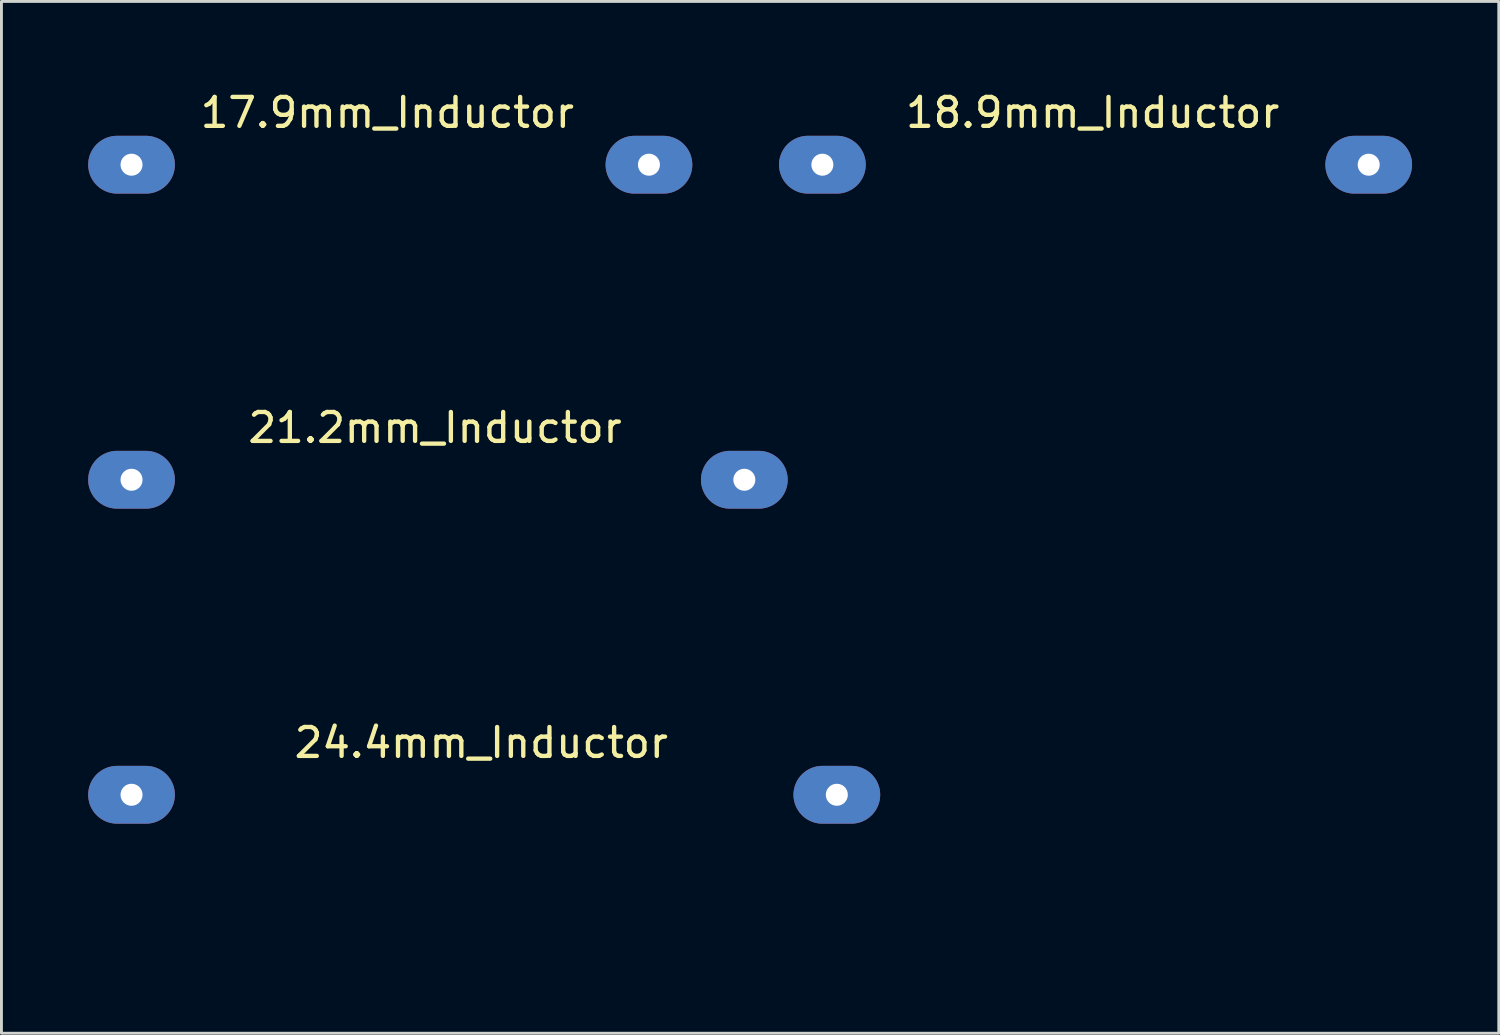
<source format=kicad_pcb>
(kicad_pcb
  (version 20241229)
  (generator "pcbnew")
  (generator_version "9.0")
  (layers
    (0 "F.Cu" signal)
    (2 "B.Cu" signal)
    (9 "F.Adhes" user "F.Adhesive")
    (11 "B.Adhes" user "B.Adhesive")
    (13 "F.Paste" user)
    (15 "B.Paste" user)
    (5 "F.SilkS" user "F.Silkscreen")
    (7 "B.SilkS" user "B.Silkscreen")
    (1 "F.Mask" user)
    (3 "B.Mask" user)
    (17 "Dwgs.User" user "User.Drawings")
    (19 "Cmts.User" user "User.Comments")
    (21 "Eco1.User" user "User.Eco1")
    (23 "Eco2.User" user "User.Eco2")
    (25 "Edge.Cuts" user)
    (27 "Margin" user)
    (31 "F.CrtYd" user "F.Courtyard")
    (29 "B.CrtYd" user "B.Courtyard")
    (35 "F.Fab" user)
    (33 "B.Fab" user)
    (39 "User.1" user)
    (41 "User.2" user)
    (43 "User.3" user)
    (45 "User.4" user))
  (footprint "17.9mm_Inductor"
    (layer "F.Cu")
    (at 10.45 7.648)
    (property "Reference" "17.9mm_Inductor" (at -0.1 -6.8 0) (layer "F.SilkS") (effects (font (size 1 1) (thickness 0.15))))
    (attr through_hole)
    (pad "1" thru_hole oval (at -8.95 -5) (size 3 2) (drill 0.762) (layers "*.Cu" "*.Mask"))
    (pad "2" thru_hole oval (at 8.95 -5) (size 3 2) (drill 0.762) (layers "*.Cu" "*.Mask")))
  (footprint "18.9mm_Inductor"
    (layer "F.Cu")
    (at 34.85 7.648)
    (property "Reference" "18.9mm_Inductor" (at -0.1 -6.8 0) (layer "F.SilkS") (effects (font (size 1 1) (thickness 0.15))))
    (attr through_hole)
    (pad "1" thru_hole oval (at -9.45 -5) (size 3 2) (drill 0.762) (layers "*.Cu" "*.Mask"))
    (pad "2" thru_hole oval (at 9.45 -5) (size 3 2) (drill 0.762) (layers "*.Cu" "*.Mask")))
  (footprint "21.2mm_Inductor"
    (layer "F.Cu")
    (at 12.1 18.547)
    (property "Reference" "21.2mm_Inductor" (at -0.1 -6.8 0) (layer "F.SilkS") (effects (font (size 1 1) (thickness 0.15))))
    (attr through_hole)
    (pad "1" thru_hole oval (at -10.6 -5) (size 3 2) (drill 0.762) (layers "*.Cu" "*.Mask"))
    (pad "2" thru_hole oval (at 10.6 -5) (size 3 2) (drill 0.762) (layers "*.Cu" "*.Mask")))
  (footprint "24.4mm_Inductor"
    (layer "F.Cu")
    (at 13.7 29.445)
    (property "Reference" "24.4mm_Inductor" (at -0.1 -6.8 0) (layer "F.SilkS") (effects (font (size 1 1) (thickness 0.15))))
    (attr through_hole)
    (pad "1" thru_hole oval (at -12.2 -5) (size 3 2) (drill 0.762) (layers "*.Cu" "*.Mask"))
    (pad "2" thru_hole oval (at 12.2 -5) (size 3 2) (drill 0.762) (layers "*.Cu" "*.Mask")))
  (gr_rect
    (start -3 -3)
    (end 48.8 32.695)
    (stroke (width 0.1) (type default))
    (fill no)
    (layer "Edge.Cuts")))
</source>
